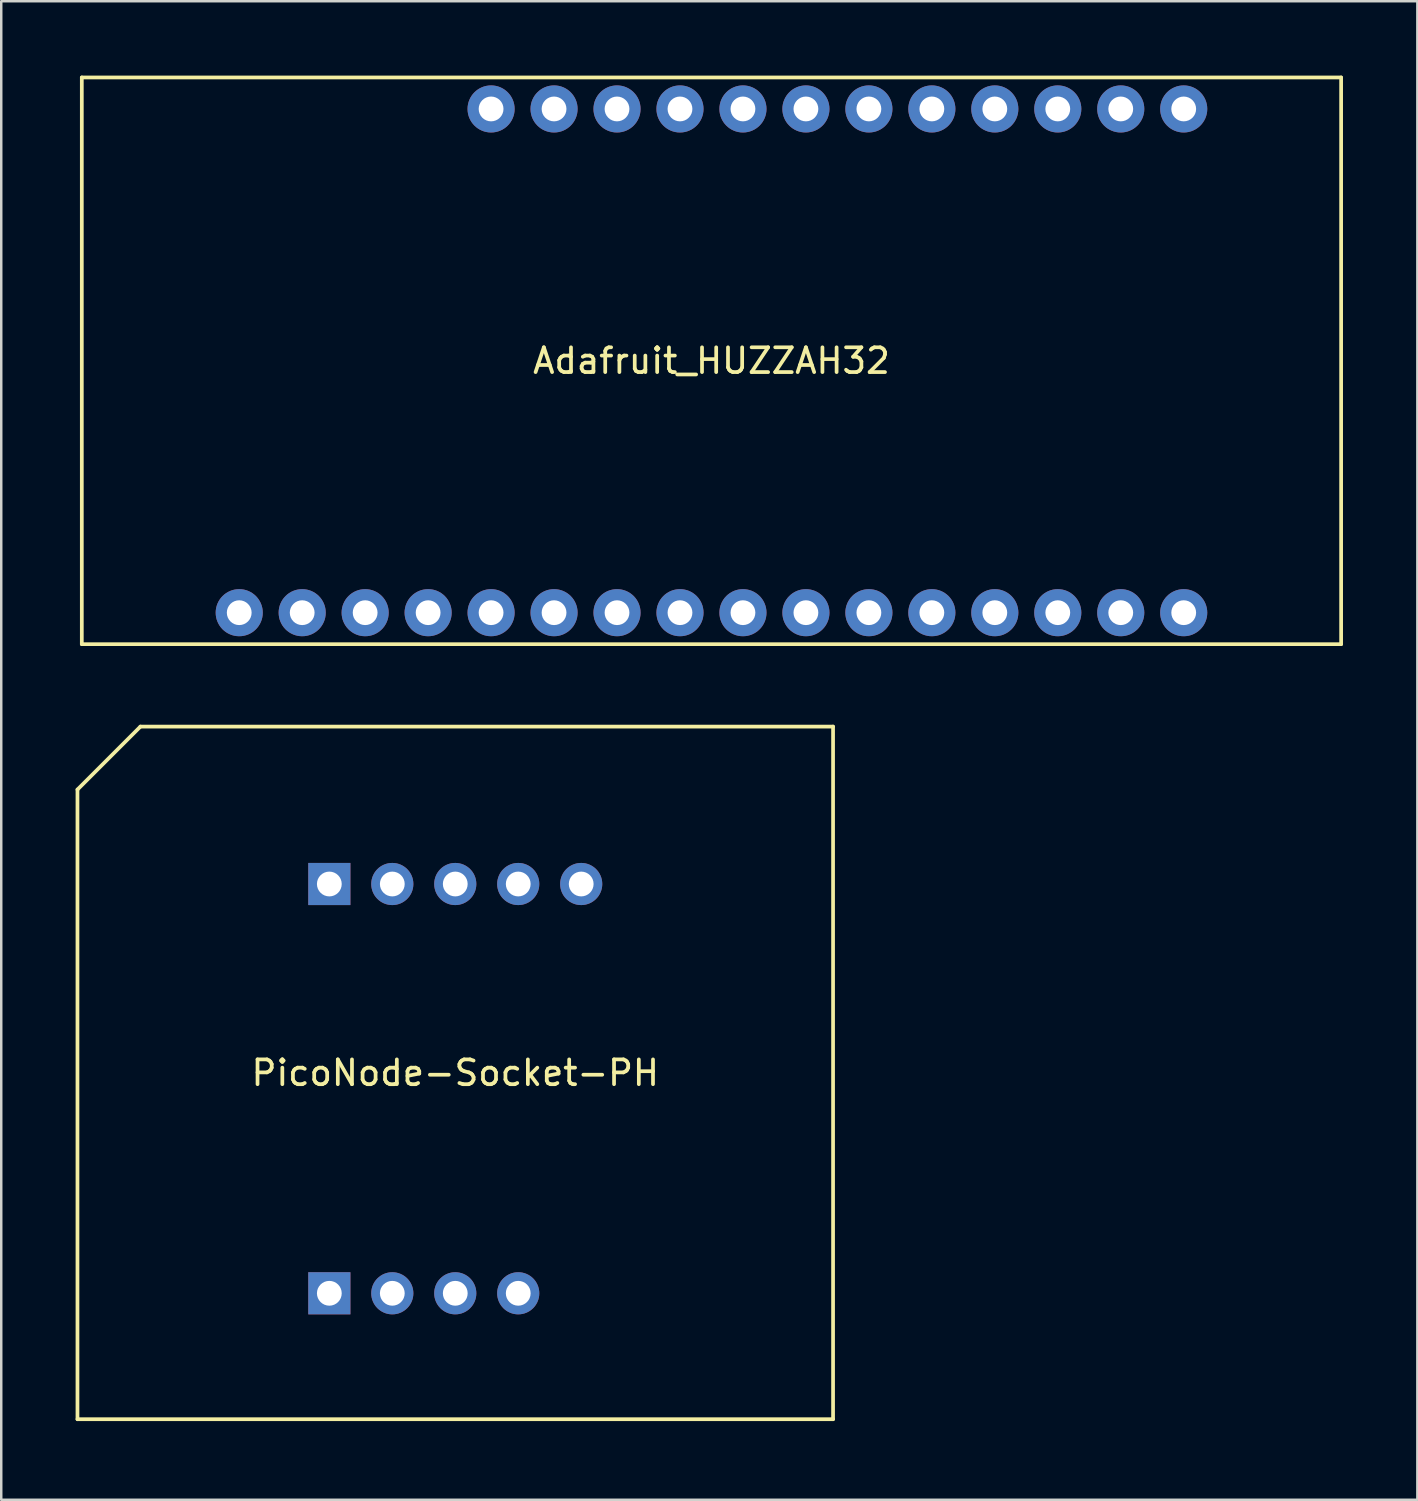
<source format=kicad_pcb>
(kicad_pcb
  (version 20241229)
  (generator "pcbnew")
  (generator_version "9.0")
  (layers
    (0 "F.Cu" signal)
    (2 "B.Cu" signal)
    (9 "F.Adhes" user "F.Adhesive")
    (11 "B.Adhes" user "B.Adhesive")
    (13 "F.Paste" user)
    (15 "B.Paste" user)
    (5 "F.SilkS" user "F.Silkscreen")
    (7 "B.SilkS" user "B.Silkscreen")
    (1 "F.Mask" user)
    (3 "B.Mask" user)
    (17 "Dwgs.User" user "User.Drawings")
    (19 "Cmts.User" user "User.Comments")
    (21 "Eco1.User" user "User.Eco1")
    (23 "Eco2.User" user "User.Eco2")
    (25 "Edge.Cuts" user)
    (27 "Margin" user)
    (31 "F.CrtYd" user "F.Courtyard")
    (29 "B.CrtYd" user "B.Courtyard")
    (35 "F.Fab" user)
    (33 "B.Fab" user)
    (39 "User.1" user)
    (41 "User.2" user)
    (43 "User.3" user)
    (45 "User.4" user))
  (footprint "Adafruit_HUZZAH32"
    (layer "F.Cu")
    (at 0.25 22.935)
    (property "Reference" "Adafruit_HUZZAH32" (at 25.4 -11.43 0) (layer "F.SilkS") (effects (font (size 1 1) (thickness 0.15))))
    (attr through_hole)
    (fp_line (start 0 -22.86) (end 0 0) (stroke (width 0.15) (type solid)) (layer "F.SilkS"))
    (fp_line (start 0 0) (end 50.8 0) (stroke (width 0.15) (type solid)) (layer "F.SilkS"))
    (fp_line (start 50.8 -22.86) (end 0 -22.86) (stroke (width 0.15) (type solid)) (layer "F.SilkS"))
    (fp_line (start 50.8 0) (end 50.8 -22.86) (stroke (width 0.15) (type solid)) (layer "F.SilkS"))
    (pad "1" thru_hole circle (at 16.51 -21.59) (size 1.9 1.9) (drill 1) (layers "*.Cu" "*.Mask"))
    (pad "2" thru_hole circle (at 19.05 -21.59) (size 1.9 1.9) (drill 1) (layers "*.Cu" "*.Mask"))
    (pad "3" thru_hole circle (at 21.59 -21.59) (size 1.9 1.9) (drill 1) (layers "*.Cu" "*.Mask"))
    (pad "4" thru_hole circle (at 24.13 -21.59) (size 1.9 1.9) (drill 1) (layers "*.Cu" "*.Mask"))
    (pad "5" thru_hole circle (at 26.67 -21.59) (size 1.9 1.9) (drill 1) (layers "*.Cu" "*.Mask"))
    (pad "6" thru_hole circle (at 29.21 -21.59) (size 1.9 1.9) (drill 1) (layers "*.Cu" "*.Mask"))
    (pad "7" thru_hole circle (at 31.75 -21.59) (size 1.9 1.9) (drill 1) (layers "*.Cu" "*.Mask"))
    (pad "8" thru_hole circle (at 34.29 -21.59) (size 1.9 1.9) (drill 1) (layers "*.Cu" "*.Mask"))
    (pad "9" thru_hole circle (at 36.83 -21.59) (size 1.9 1.9) (drill 1) (layers "*.Cu" "*.Mask"))
    (pad "10" thru_hole circle (at 39.37 -21.59) (size 1.9 1.9) (drill 1) (layers "*.Cu" "*.Mask"))
    (pad "11" thru_hole circle (at 41.91 -21.59) (size 1.9 1.9) (drill 1) (layers "*.Cu" "*.Mask"))
    (pad "12" thru_hole circle (at 44.45 -21.59) (size 1.9 1.9) (drill 1) (layers "*.Cu" "*.Mask"))
    (pad "13" thru_hole circle (at 6.35 -1.27) (size 1.9 1.9) (drill 1) (layers "*.Cu" "*.Mask"))
    (pad "14" thru_hole circle (at 8.89 -1.27) (size 1.9 1.9) (drill 1) (layers "*.Cu" "*.Mask"))
    (pad "15" thru_hole circle (at 11.43 -1.27) (size 1.9 1.9) (drill 1) (layers "*.Cu" "*.Mask"))
    (pad "16" thru_hole circle (at 13.97 -1.27) (size 1.9 1.9) (drill 1) (layers "*.Cu" "*.Mask"))
    (pad "17" thru_hole circle (at 16.51 -1.27) (size 1.9 1.9) (drill 1) (layers "*.Cu" "*.Mask"))
    (pad "18" thru_hole circle (at 19.05 -1.27) (size 1.9 1.9) (drill 1) (layers "*.Cu" "*.Mask"))
    (pad "19" thru_hole circle (at 21.59 -1.27) (size 1.9 1.9) (drill 1) (layers "*.Cu" "*.Mask"))
    (pad "20" thru_hole circle (at 24.13 -1.27) (size 1.9 1.9) (drill 1) (layers "*.Cu" "*.Mask"))
    (pad "21" thru_hole circle (at 26.67 -1.27) (size 1.9 1.9) (drill 1) (layers "*.Cu" "*.Mask"))
    (pad "22" thru_hole circle (at 29.21 -1.27) (size 1.9 1.9) (drill 1) (layers "*.Cu" "*.Mask"))
    (pad "23" thru_hole circle (at 31.75 -1.27) (size 1.9 1.9) (drill 1) (layers "*.Cu" "*.Mask"))
    (pad "24" thru_hole circle (at 34.29 -1.27) (size 1.9 1.9) (drill 1) (layers "*.Cu" "*.Mask"))
    (pad "25" thru_hole circle (at 36.83 -1.27) (size 1.9 1.9) (drill 1) (layers "*.Cu" "*.Mask"))
    (pad "26" thru_hole circle (at 39.37 -1.27) (size 1.9 1.9) (drill 1) (layers "*.Cu" "*.Mask"))
    (pad "27" thru_hole circle (at 41.91 -1.27) (size 1.9 1.9) (drill 1) (layers "*.Cu" "*.Mask"))
    (pad "28" thru_hole circle (at 44.45 -1.27) (size 1.9 1.9) (drill 1) (layers "*.Cu" "*.Mask")))
  (footprint "PicoNode-Socket-PH"
    (layer "F.Cu")
    (at 15.315 54.2)
    (property "Reference" "PicoNode-Socket-PH" (at 0 -13.97 0) (layer "F.SilkS") (effects (font (size 1 1) (thickness 0.15))))
    (attr through_hole)
    (fp_line (start -15.24 -25.4) (end -15.24 0) (stroke (width 0.15) (type solid)) (layer "F.SilkS"))
    (fp_line (start -15.24 0) (end 15.24 0) (stroke (width 0.15) (type solid)) (layer "F.SilkS"))
    (fp_line (start -12.7 -27.94) (end -15.24 -25.4) (stroke (width 0.15) (type solid)) (layer "F.SilkS"))
    (fp_line (start 15.24 -27.94) (end -12.7 -27.94) (stroke (width 0.15) (type solid)) (layer "F.SilkS"))
    (fp_line (start 15.24 0) (end 15.24 -27.94) (stroke (width 0.15) (type solid)) (layer "F.SilkS"))
    (pad "1" thru_hole rect (at -5.08 -21.59) (size 1.7 1.7) (drill 1) (layers "*.Cu" "*.Mask"))
    (pad "2" thru_hole circle (at -2.54 -21.59) (size 1.7 1.7) (drill 1) (layers "*.Cu" "*.Mask"))
    (pad "3" thru_hole circle (at 0 -21.59) (size 1.7 1.7) (drill 1) (layers "*.Cu" "*.Mask"))
    (pad "4" thru_hole circle (at 2.54 -21.59) (size 1.7 1.7) (drill 1) (layers "*.Cu" "*.Mask"))
    (pad "5" thru_hole circle (at 5.08 -21.59) (size 1.7 1.7) (drill 1) (layers "*.Cu" "*.Mask"))
    (pad "6" thru_hole rect (at -5.08 -5.08) (size 1.7 1.7) (drill 1) (layers "*.Cu" "*.Mask"))
    (pad "7" thru_hole circle (at -2.54 -5.08) (size 1.7 1.7) (drill 1) (layers "*.Cu" "*.Mask"))
    (pad "8" thru_hole circle (at 0 -5.08) (size 1.7 1.7) (drill 1) (layers "*.Cu" "*.Mask"))
    (pad "9" thru_hole circle (at 2.54 -5.08) (size 1.7 1.7) (drill 1) (layers "*.Cu" "*.Mask")))
  (gr_rect
    (start -3 -3)
    (end 54.125 57.45)
    (stroke (width 0.1) (type default))
    (fill no)
    (layer "Edge.Cuts")))
</source>
